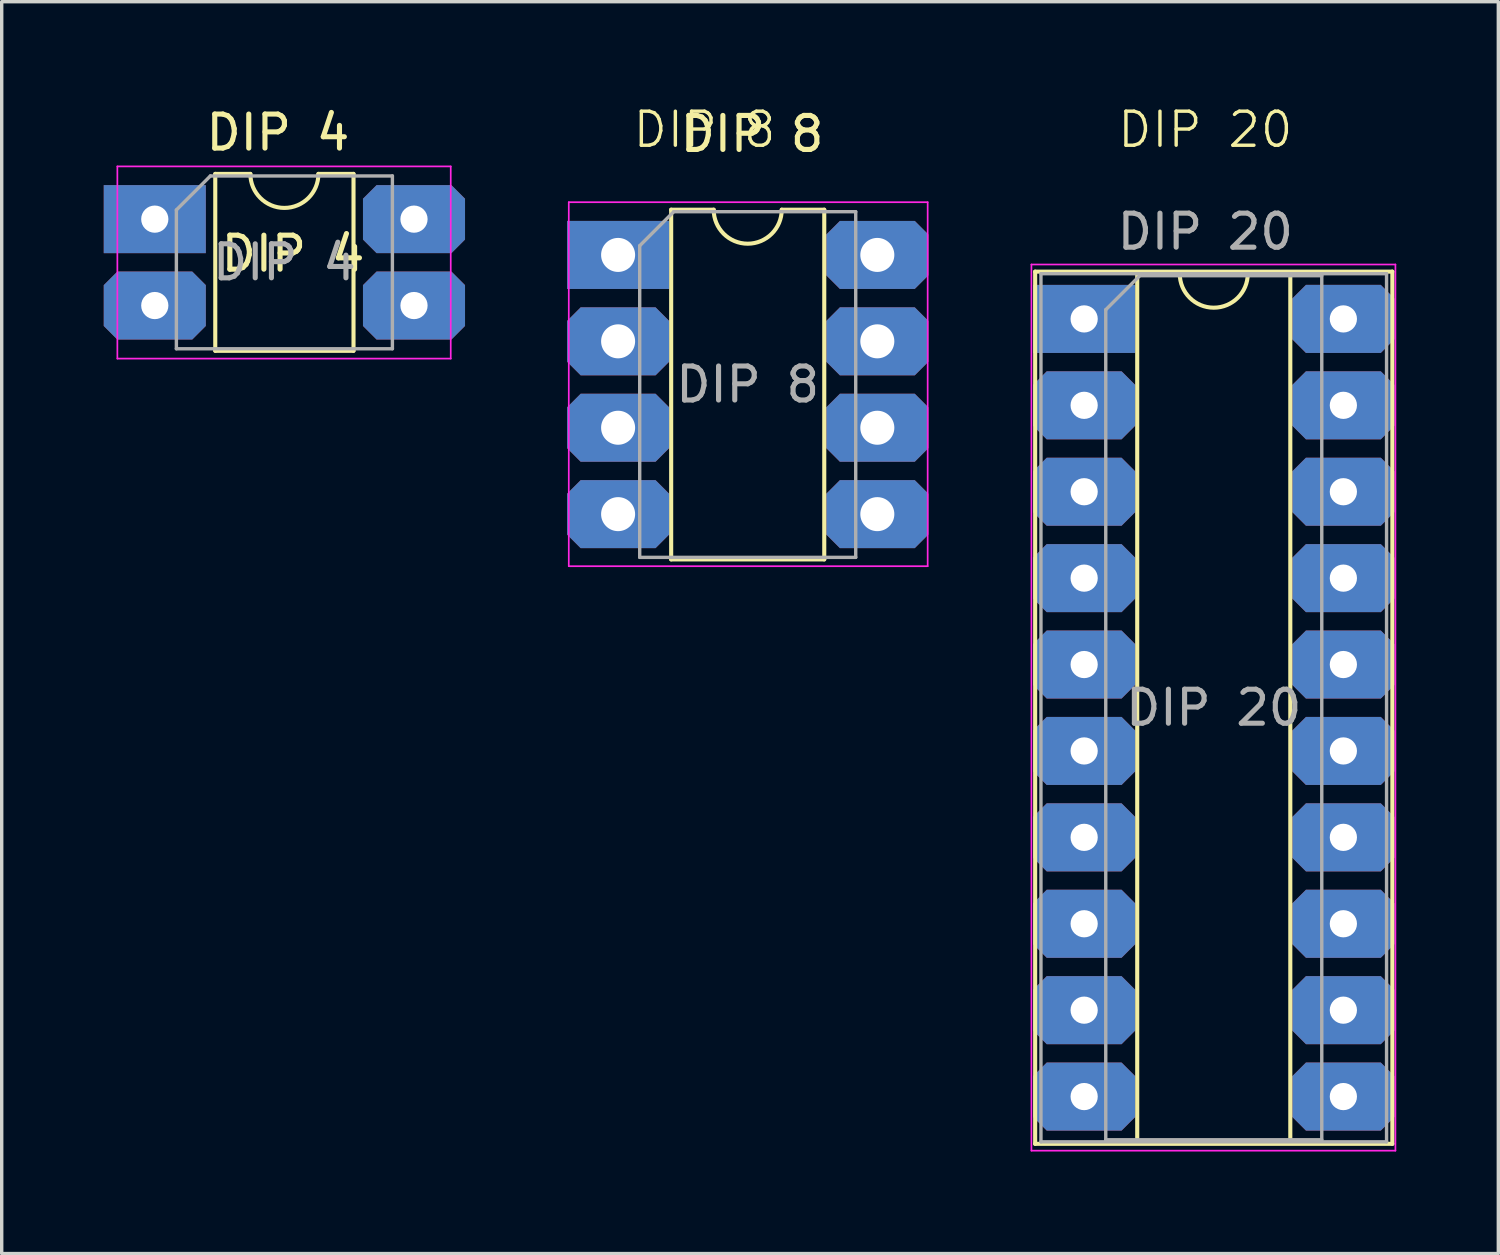
<source format=kicad_pcb>
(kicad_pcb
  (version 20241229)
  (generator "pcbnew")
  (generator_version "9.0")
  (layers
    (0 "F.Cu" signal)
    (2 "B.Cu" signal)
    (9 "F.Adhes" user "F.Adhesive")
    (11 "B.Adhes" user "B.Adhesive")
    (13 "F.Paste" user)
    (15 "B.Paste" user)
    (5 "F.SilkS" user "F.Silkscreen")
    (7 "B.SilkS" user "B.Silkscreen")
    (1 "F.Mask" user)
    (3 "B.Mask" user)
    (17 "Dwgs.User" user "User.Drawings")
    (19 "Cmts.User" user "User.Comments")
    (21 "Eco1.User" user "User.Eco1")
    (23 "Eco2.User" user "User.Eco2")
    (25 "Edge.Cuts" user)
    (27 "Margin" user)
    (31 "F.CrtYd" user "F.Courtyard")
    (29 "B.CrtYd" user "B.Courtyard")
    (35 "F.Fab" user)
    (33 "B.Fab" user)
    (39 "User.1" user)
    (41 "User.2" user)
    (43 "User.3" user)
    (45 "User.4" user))
  (footprint "DIP 8"
    (layer "F.Cu")
    (at 15.12 4.444)
    (property "Reference" "DIP 8" (at 2.54 -3.683 0) (unlocked yes) (layer "F.SilkS") (effects (font (size 1 1) (thickness 0.1))))
    (attr through_hole)
    (fp_line (start 1.56 -1.33) (end 1.56 8.95) (stroke (width 0.12) (type solid)) (layer "F.SilkS"))
    (fp_line (start 1.56 8.95) (end 6.06 8.95) (stroke (width 0.12) (type solid)) (layer "F.SilkS"))
    (fp_line (start 2.81 -1.33) (end 1.56 -1.33) (stroke (width 0.12) (type solid)) (layer "F.SilkS"))
    (fp_line (start 6.06 -1.33) (end 4.81 -1.33) (stroke (width 0.12) (type solid)) (layer "F.SilkS"))
    (fp_line (start 6.06 8.95) (end 6.06 -1.33) (stroke (width 0.12) (type solid)) (layer "F.SilkS"))
    (fp_arc (start 4.81 -1.33) (mid 3.81 -0.33) (end 2.81 -1.33) (stroke (width 0.12) (type solid)) (layer "F.SilkS"))
    (fp_line (start -1.45 -1.55) (end -1.45 9.15) (stroke (width 0.05) (type solid)) (layer "F.CrtYd"))
    (fp_line (start -1.45 9.15) (end 9.1 9.15) (stroke (width 0.05) (type solid)) (layer "F.CrtYd"))
    (fp_line (start 9.1 -1.55) (end -1.45 -1.55) (stroke (width 0.05) (type solid)) (layer "F.CrtYd"))
    (fp_line (start 9.1 9.15) (end 9.1 -1.55) (stroke (width 0.05) (type solid)) (layer "F.CrtYd"))
    (fp_line (start 0.635 -0.27) (end 1.635 -1.27) (stroke (width 0.1) (type solid)) (layer "F.Fab"))
    (fp_line (start 0.635 8.89) (end 0.635 -0.27) (stroke (width 0.1) (type solid)) (layer "F.Fab"))
    (fp_line (start 1.635 -1.27) (end 6.985 -1.27) (stroke (width 0.1) (type solid)) (layer "F.Fab"))
    (fp_line (start 6.985 -1.27) (end 6.985 8.89) (stroke (width 0.1) (type solid)) (layer "F.Fab"))
    (fp_line (start 6.985 8.89) (end 0.635 8.89) (stroke (width 0.1) (type solid)) (layer "F.Fab"))
    (fp_text user "${REFERENCE}" (at 3.937 -3.556 0) (unlocked yes) (layer "F.SilkS") (effects (font (size 1 1) (thickness 0.15))))
    (fp_text user "${REFERENCE}" (at 3.81 3.81 0) (layer "F.Fab") (effects (font (size 1 1) (thickness 0.15))))
    (pad "1" thru_hole roundrect (at 0 0) (size 3 2) (drill 1) (layers "*.Cu" "*.Mask") (roundrect_rratio 0) (chamfer_ratio 0.2) (chamfer))
    (pad "2" thru_hole roundrect (at 0 2.54) (size 3 2) (drill 1) (layers "*.Cu" "*.Mask") (roundrect_rratio 0) (chamfer_ratio 0.2) (chamfer top_left top_right bottom_left bottom_right))
    (pad "3" thru_hole roundrect (at 0 5.08) (size 3 2) (drill 1) (layers "*.Cu" "*.Mask") (roundrect_rratio 0) (chamfer_ratio 0.2) (chamfer top_left top_right bottom_left bottom_right))
    (pad "4" thru_hole roundrect (at 0 7.62) (size 3 2) (drill 1) (layers "*.Cu" "*.Mask") (roundrect_rratio 0) (chamfer_ratio 0.2) (chamfer top_left top_right bottom_left bottom_right))
    (pad "5" thru_hole roundrect (at 7.62 7.62) (size 3 2) (drill 1) (layers "*.Cu" "*.Mask") (roundrect_rratio 0) (chamfer_ratio 0.2) (chamfer top_left top_right bottom_left bottom_right))
    (pad "6" thru_hole roundrect (at 7.62 5.08) (size 3 2) (drill 1) (layers "*.Cu" "*.Mask") (roundrect_rratio 0) (chamfer_ratio 0.2) (chamfer top_left top_right bottom_left bottom_right))
    (pad "7" thru_hole roundrect (at 7.62 2.54) (size 3 2) (drill 1) (layers "*.Cu" "*.Mask") (roundrect_rratio 0) (chamfer_ratio 0.2) (chamfer top_left top_right bottom_left bottom_right))
    (pad "8" thru_hole roundrect (at 7.62 0) (size 3 2) (drill 1) (layers "*.Cu" "*.Mask") (roundrect_rratio 0) (chamfer_ratio 0.2) (chamfer top_left top_right bottom_left bottom_right)))
  (footprint "DIP 20"
    (layer "F.Cu")
    (at 32.382 4.801)
    (property "Reference" "DIP 20" (at 0 -4.04 0) (unlocked yes) (layer "F.SilkS") (effects (font (size 1 1) (thickness 0.1))))
    (attr smd)
    (fp_line (start -5.002 0.134) (end -5.002 25.774) (stroke (width 0.12) (type solid)) (layer "F.SilkS"))
    (fp_line (start -5.002 25.774) (end 5.498 25.774) (stroke (width 0.12) (type solid)) (layer "F.SilkS"))
    (fp_line (start -2.002 0.194) (end -2.002 25.714) (stroke (width 0.12) (type solid)) (layer "F.SilkS"))
    (fp_line (start -2.002 25.714) (end 2.498 25.714) (stroke (width 0.12) (type solid)) (layer "F.SilkS"))
    (fp_line (start -0.752 0.194) (end -2.002 0.194) (stroke (width 0.12) (type solid)) (layer "F.SilkS"))
    (fp_line (start 2.498 0.194) (end 1.248 0.194) (stroke (width 0.12) (type solid)) (layer "F.SilkS"))
    (fp_line (start 2.498 25.714) (end 2.498 0.194) (stroke (width 0.12) (type solid)) (layer "F.SilkS"))
    (fp_line (start 5.498 0.134) (end -5.002 0.134) (stroke (width 0.12) (type solid)) (layer "F.SilkS"))
    (fp_line (start 5.498 25.774) (end 5.498 0.134) (stroke (width 0.12) (type solid)) (layer "F.SilkS"))
    (fp_arc (start 1.248 0.194) (mid 0.248 1.194) (end -0.752 0.194) (stroke (width 0.12) (type solid)) (layer "F.SilkS"))
    (fp_line (start -5.112 -0.076) (end -5.112 25.974) (stroke (width 0.05) (type solid)) (layer "F.CrtYd"))
    (fp_line (start -5.112 25.974) (end 5.588 25.974) (stroke (width 0.05) (type solid)) (layer "F.CrtYd"))
    (fp_line (start 5.588 -0.076) (end -5.112 -0.076) (stroke (width 0.05) (type solid)) (layer "F.CrtYd"))
    (fp_line (start 5.588 25.974) (end 5.588 -0.076) (stroke (width 0.05) (type solid)) (layer "F.CrtYd"))
    (fp_line (start -4.832 0.194) (end -4.832 25.714) (stroke (width 0.1) (type solid)) (layer "F.Fab"))
    (fp_line (start -4.832 25.714) (end 5.328 25.714) (stroke (width 0.1) (type solid)) (layer "F.Fab"))
    (fp_line (start -2.927 1.254) (end -1.927 0.254) (stroke (width 0.1) (type solid)) (layer "F.Fab"))
    (fp_line (start -2.927 25.654) (end -2.927 1.254) (stroke (width 0.1) (type solid)) (layer "F.Fab"))
    (fp_line (start -1.927 0.254) (end 3.423 0.254) (stroke (width 0.1) (type solid)) (layer "F.Fab"))
    (fp_line (start 3.423 0.254) (end 3.423 25.654) (stroke (width 0.1) (type solid)) (layer "F.Fab"))
    (fp_line (start 3.423 25.654) (end -2.927 25.654) (stroke (width 0.1) (type solid)) (layer "F.Fab"))
    (fp_line (start 5.328 0.194) (end -4.832 0.194) (stroke (width 0.1) (type solid)) (layer "F.Fab"))
    (fp_line (start 5.328 25.714) (end 5.328 0.194) (stroke (width 0.1) (type solid)) (layer "F.Fab"))
    (fp_text user "${REFERENCE}" (at 0 -1.04 0) (unlocked yes) (layer "F.Fab") (effects (font (size 1 1) (thickness 0.15))))
    (fp_text user "${REFERENCE}" (at 0.248 12.954 0) (layer "F.Fab") (effects (font (size 1 1) (thickness 0.15))))
    (pad "1" thru_hole roundrect (at -3.562 1.524) (size 3 2) (drill 0.8) (layers "*.Cu" "*.Mask") (roundrect_rratio 0) (chamfer_ratio 0.2) (chamfer))
    (pad "2" thru_hole roundrect (at -3.562 4.064) (size 3 2) (drill 0.8) (layers "*.Cu" "*.Mask") (roundrect_rratio 0) (chamfer_ratio 0.2) (chamfer top_left top_right bottom_left bottom_right))
    (pad "3" thru_hole roundrect (at -3.562 6.604) (size 3 2) (drill 0.8) (layers "*.Cu" "*.Mask") (roundrect_rratio 0) (chamfer_ratio 0.2) (chamfer top_left top_right bottom_left bottom_right))
    (pad "4" thru_hole roundrect (at -3.562 9.144) (size 3 2) (drill 0.8) (layers "*.Cu" "*.Mask") (roundrect_rratio 0) (chamfer_ratio 0.2) (chamfer top_left top_right bottom_left bottom_right))
    (pad "5" thru_hole roundrect (at -3.562 11.684) (size 3 2) (drill 0.8) (layers "*.Cu" "*.Mask") (roundrect_rratio 0) (chamfer_ratio 0.2) (chamfer top_left top_right bottom_left bottom_right))
    (pad "6" thru_hole roundrect (at -3.562 14.224) (size 3 2) (drill 0.8) (layers "*.Cu" "*.Mask") (roundrect_rratio 0) (chamfer_ratio 0.2) (chamfer top_left top_right bottom_left bottom_right))
    (pad "7" thru_hole roundrect (at -3.562 16.764) (size 3 2) (drill 0.8) (layers "*.Cu" "*.Mask") (roundrect_rratio 0) (chamfer_ratio 0.2) (chamfer top_left top_right bottom_left bottom_right))
    (pad "8" thru_hole roundrect (at -3.562 19.304) (size 3 2) (drill 0.8) (layers "*.Cu" "*.Mask") (roundrect_rratio 0) (chamfer_ratio 0.2) (chamfer top_left top_right bottom_left bottom_right))
    (pad "9" thru_hole roundrect (at -3.562 21.844) (size 3 2) (drill 0.8) (layers "*.Cu" "*.Mask") (roundrect_rratio 0) (chamfer_ratio 0.2) (chamfer top_left top_right bottom_left bottom_right))
    (pad "10" thru_hole roundrect (at -3.562 24.384) (size 3 2) (drill 0.8) (layers "*.Cu" "*.Mask") (roundrect_rratio 0) (chamfer_ratio 0.2) (chamfer top_left top_right bottom_left bottom_right))
    (pad "11" thru_hole roundrect (at 4.058 24.384) (size 3 2) (drill 0.8) (layers "*.Cu" "*.Mask") (roundrect_rratio 0) (chamfer_ratio 0.2) (chamfer top_left top_right bottom_left bottom_right))
    (pad "12" thru_hole roundrect (at 4.058 21.844) (size 3 2) (drill 0.8) (layers "*.Cu" "*.Mask") (roundrect_rratio 0) (chamfer_ratio 0.2) (chamfer top_left top_right bottom_left bottom_right))
    (pad "13" thru_hole roundrect (at 4.058 19.304) (size 3 2) (drill 0.8) (layers "*.Cu" "*.Mask") (roundrect_rratio 0) (chamfer_ratio 0.2) (chamfer top_left top_right bottom_left bottom_right))
    (pad "14" thru_hole roundrect (at 4.058 16.764) (size 3 2) (drill 0.8) (layers "*.Cu" "*.Mask") (roundrect_rratio 0) (chamfer_ratio 0.2) (chamfer top_left top_right bottom_left bottom_right))
    (pad "15" thru_hole roundrect (at 4.058 14.224) (size 3 2) (drill 0.8) (layers "*.Cu" "*.Mask") (roundrect_rratio 0) (chamfer_ratio 0.2) (chamfer top_left top_right bottom_left bottom_right))
    (pad "16" thru_hole roundrect (at 4.058 11.684) (size 3 2) (drill 0.8) (layers "*.Cu" "*.Mask") (roundrect_rratio 0) (chamfer_ratio 0.2) (chamfer top_left top_right bottom_left bottom_right))
    (pad "17" thru_hole roundrect (at 4.058 9.144) (size 3 2) (drill 0.8) (layers "*.Cu" "*.Mask") (roundrect_rratio 0) (chamfer_ratio 0.2) (chamfer top_left top_right bottom_left bottom_right))
    (pad "18" thru_hole roundrect (at 4.058 6.604) (size 3 2) (drill 0.8) (layers "*.Cu" "*.Mask") (roundrect_rratio 0) (chamfer_ratio 0.2) (chamfer top_left top_right bottom_left bottom_right))
    (pad "19" thru_hole roundrect (at 4.058 4.064) (size 3 2) (drill 0.8) (layers "*.Cu" "*.Mask") (roundrect_rratio 0) (chamfer_ratio 0.2) (chamfer top_left top_right bottom_left bottom_right))
    (pad "20" thru_hole roundrect (at 4.058 1.524) (size 3 2) (drill 0.8) (layers "*.Cu" "*.Mask") (roundrect_rratio 0) (chamfer_ratio 0.2) (chamfer top_left top_right bottom_left bottom_right)))
  (footprint "DIP 4"
    (layer "F.Cu")
    (at 1.5 3.392)
    (property "Reference" "DIP 4" (at 4.064 1.016 0) (unlocked yes) (layer "F.SilkS") (effects (font (size 1 1) (thickness 0.15))))
    (attr through_hole)
    (fp_line (start 1.778 -1.33) (end 1.778 3.87) (stroke (width 0.12) (type solid)) (layer "F.SilkS"))
    (fp_line (start 1.778 3.87) (end 5.842 3.87) (stroke (width 0.12) (type solid)) (layer "F.SilkS"))
    (fp_line (start 2.81 -1.33) (end 1.778 -1.33) (stroke (width 0.12) (type solid)) (layer "F.SilkS"))
    (fp_line (start 5.842 -1.33) (end 4.81 -1.33) (stroke (width 0.12) (type solid)) (layer "F.SilkS"))
    (fp_line (start 5.842 3.87) (end 5.842 -1.33) (stroke (width 0.12) (type solid)) (layer "F.SilkS"))
    (fp_arc (start 4.81 -1.33) (mid 3.81 -0.33) (end 2.81 -1.33) (stroke (width 0.12) (type solid)) (layer "F.SilkS"))
    (fp_line (start -1.1 -1.55) (end -1.1 4.1) (stroke (width 0.05) (type solid)) (layer "F.CrtYd"))
    (fp_line (start -1.1 4.1) (end 8.7 4.1) (stroke (width 0.05) (type solid)) (layer "F.CrtYd"))
    (fp_line (start 8.7 -1.55) (end -1.1 -1.55) (stroke (width 0.05) (type solid)) (layer "F.CrtYd"))
    (fp_line (start 8.7 4.1) (end 8.7 -1.55) (stroke (width 0.05) (type solid)) (layer "F.CrtYd"))
    (fp_line (start 0.635 -0.27) (end 1.635 -1.27) (stroke (width 0.1) (type solid)) (layer "F.Fab"))
    (fp_line (start 0.635 3.81) (end 0.635 -0.27) (stroke (width 0.1) (type solid)) (layer "F.Fab"))
    (fp_line (start 1.635 -1.27) (end 6.985 -1.27) (stroke (width 0.1) (type solid)) (layer "F.Fab"))
    (fp_line (start 6.985 -1.27) (end 6.985 3.81) (stroke (width 0.1) (type solid)) (layer "F.Fab"))
    (fp_line (start 6.985 3.81) (end 0.635 3.81) (stroke (width 0.1) (type solid)) (layer "F.Fab"))
    (fp_text user "${REFERENCE}" (at 3.62 -2.544 0) (unlocked yes) (layer "F.SilkS") (effects (font (size 1 1) (thickness 0.15))))
    (fp_text user "${REFERENCE}" (at 3.81 1.27 0) (layer "F.Fab") (effects (font (size 1 1) (thickness 0.15))))
    (pad "1" thru_hole roundrect (at 0 0) (size 3 2) (drill 0.8) (layers "*.Cu" "*.Mask") (roundrect_rratio 0) (chamfer_ratio 0.2) (chamfer))
    (pad "2" thru_hole roundrect (at 0 2.54) (size 3 2) (drill 0.8) (layers "*.Cu" "*.Mask") (roundrect_rratio 0) (chamfer_ratio 0.2) (chamfer top_left top_right bottom_left bottom_right))
    (pad "3" thru_hole roundrect (at 7.62 2.54) (size 3 2) (drill 0.8) (layers "*.Cu" "*.Mask") (roundrect_rratio 0) (chamfer_ratio 0.2) (chamfer top_left top_right bottom_left bottom_right))
    (pad "4" thru_hole roundrect (at 7.62 0) (size 3 2) (drill 0.8) (layers "*.Cu" "*.Mask") (roundrect_rratio 0) (chamfer_ratio 0.2) (chamfer top_left top_right bottom_left bottom_right)))
  (gr_rect
    (start -3 -3)
    (end 40.995 33.8)
    (stroke (width 0.1) (type default))
    (fill no)
    (layer "Edge.Cuts")))
</source>
